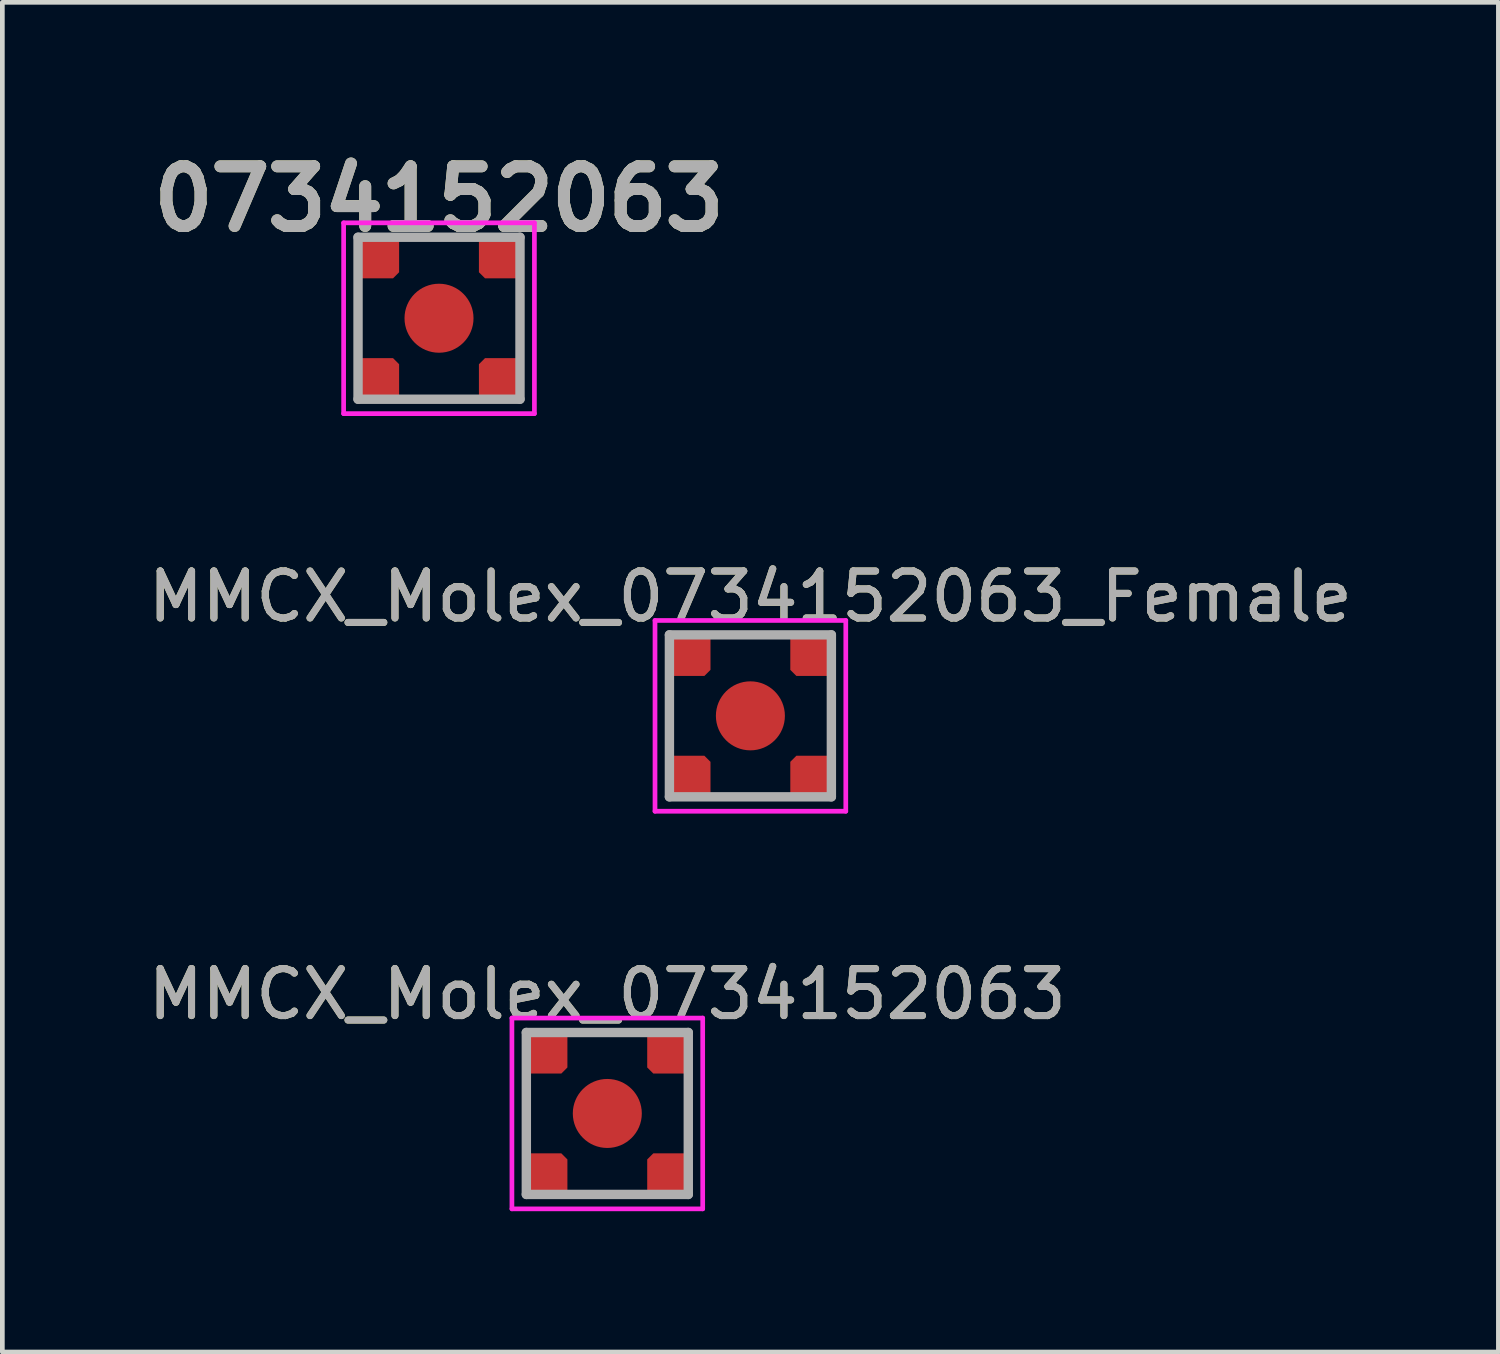
<source format=kicad_pcb>
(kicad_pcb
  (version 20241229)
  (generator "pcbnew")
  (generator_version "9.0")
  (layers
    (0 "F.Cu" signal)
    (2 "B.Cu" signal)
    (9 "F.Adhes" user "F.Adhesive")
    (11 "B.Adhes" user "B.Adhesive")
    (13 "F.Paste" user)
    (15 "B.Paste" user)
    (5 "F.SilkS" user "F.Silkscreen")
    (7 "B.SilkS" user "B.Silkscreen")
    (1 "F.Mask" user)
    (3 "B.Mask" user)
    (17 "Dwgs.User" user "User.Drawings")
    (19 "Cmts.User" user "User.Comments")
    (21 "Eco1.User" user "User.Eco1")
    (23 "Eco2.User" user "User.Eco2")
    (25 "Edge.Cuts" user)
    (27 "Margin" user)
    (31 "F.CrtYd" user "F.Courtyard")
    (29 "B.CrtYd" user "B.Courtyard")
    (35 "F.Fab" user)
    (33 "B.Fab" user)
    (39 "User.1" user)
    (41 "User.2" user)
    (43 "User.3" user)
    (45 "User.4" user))
  (footprint "0734152063"
    (layer "F.Cu")
    (at 6.302 3.729)
    (property "Reference" "0734152063" (at 0 -2.54 0) (layer "F.SilkS") (effects (font (size 1.27 1.27) (thickness 0.254))))
    (attr smd)
    (fp_circle (center 0 0) (end 0.445 0) (stroke (width 0) (type solid)) (fill yes) (layer "F.Mask"))
    (fp_line (start -1.725 -0.5) (end -1.725 0.5) (stroke (width 0.1) (type solid)) (layer "F.SilkS"))
    (fp_line (start -0.5 -1.725) (end 0.5 -1.725) (stroke (width 0.1) (type solid)) (layer "F.SilkS"))
    (fp_line (start 1.725 -0.5) (end 1.725 0.5) (stroke (width 0.1) (type solid)) (layer "F.SilkS"))
    (fp_circle (center 0 0) (end 0.445 0) (stroke (width 0) (type solid)) (fill yes) (layer "F.Paste"))
    (fp_line (start -2.032 -2.032) (end 2.032 -2.032) (stroke (width 0.1) (type solid)) (layer "F.CrtYd"))
    (fp_line (start -2.032 2.032) (end -2.032 -2.032) (stroke (width 0.1) (type solid)) (layer "F.CrtYd"))
    (fp_line (start 2.032 -2.032) (end 2.032 2.032) (stroke (width 0.1) (type solid)) (layer "F.CrtYd"))
    (fp_line (start 2.032 2.032) (end -2.032 2.032) (stroke (width 0.1) (type solid)) (layer "F.CrtYd"))
    (fp_line (start -1.725 -1.725) (end 1.725 -1.725) (stroke (width 0.2) (type solid)) (layer "F.Fab"))
    (fp_line (start -1.725 1.725) (end -1.725 -1.725) (stroke (width 0.2) (type solid)) (layer "F.Fab"))
    (fp_line (start 1.725 -1.725) (end 1.725 1.725) (stroke (width 0.2) (type solid)) (layer "F.Fab"))
    (fp_line (start 1.725 1.725) (end -1.725 1.725) (stroke (width 0.2) (type solid)) (layer "F.Fab"))
    (fp_text user "${REFERENCE}" (at 0 -2.54 0) (layer "F.Fab") (effects (font (size 1.27 1.27) (thickness 0.254))))
    (pad "1" smd circle (at 0 0 90) (size 1.47 1.47) (layers "F.Cu"))
    (pad "2" smd roundrect (at -1.32 -1.32 90) (size 0.94 0.94) (layers "F.Cu" "F.Mask" "F.Paste") (roundrect_rratio 0) (chamfer_ratio 0.138) (chamfer bottom_left))
    (pad "2" smd roundrect (at -1.32 1.32 90) (size 0.94 0.94) (layers "F.Cu" "F.Mask" "F.Paste") (roundrect_rratio 0) (chamfer_ratio 0.138) (chamfer bottom_right))
    (pad "2" smd roundrect (at 1.32 -1.32 90) (size 0.94 0.94) (layers "F.Cu" "F.Mask" "F.Paste") (roundrect_rratio 0) (chamfer_ratio 0.138) (chamfer top_left))
    (pad "2" smd roundrect (at 1.32 1.32 90) (size 0.94 0.94) (layers "F.Cu" "F.Mask" "F.Paste") (roundrect_rratio 0) (chamfer_ratio 0.138) (chamfer top_right))
    (zone (net_name "") (layers "F.Cu" "Dwgs.User") (hatch edge 0.508) (connect_pads) (min_thickness 0.254) (filled_areas_thickness no) (keepout (tracks allowed) (vias allowed) (pads allowed) (copperpour not_allowed) (footprints allowed)) (placement (enabled no)) (fill) (polygon (pts (xy 7.602 3.729) (xy 7.582 3.503) (xy 7.523 3.284) (xy 7.427 3.079) (xy 7.297 2.893) (xy 7.137 2.733) (xy 6.952 2.603) (xy 6.746 2.507) (xy 6.527 2.449) (xy 6.302 2.429) (xy 6.076 2.449) (xy 5.857 2.507) (xy 5.652 2.603) (xy 5.466 2.733) (xy 5.306 2.893) (xy 5.176 3.079) (xy 5.08 3.284) (xy 5.021 3.503) (xy 5.002 3.729) (xy 5.021 3.954) (xy 5.08 4.173) (xy 5.176 4.379) (xy 5.306 4.564) (xy 5.466 4.725) (xy 5.652 4.855) (xy 5.857 4.95) (xy 6.076 5.009) (xy 6.302 5.029) (xy 6.527 5.009) (xy 6.746 4.95) (xy 6.952 4.855) (xy 7.137 4.725) (xy 7.297 4.564) (xy 7.427 4.379) (xy 7.523 4.173) (xy 7.582 3.954)))))
  (footprint "MMCX_Molex_0734152063_Female"
    (layer "F.Cu")
    (at 12.935 12.199)
    (property "Reference" "MMCX_Molex_0734152063_Female" (at 0 -2.54 0) (layer "F.SilkS") (effects (font (size 1 1) (thickness 0.15))))
    (attr smd)
    (fp_circle (center 0 0) (end 0.445 0) (stroke (width 0) (type solid)) (fill yes) (layer "F.Mask"))
    (fp_line (start -1.725 -0.5) (end -1.725 0.5) (stroke (width 0.1) (type solid)) (layer "F.SilkS"))
    (fp_line (start -0.5 -1.725) (end 0.5 -1.725) (stroke (width 0.1) (type solid)) (layer "F.SilkS"))
    (fp_line (start 1.725 -0.5) (end 1.725 0.5) (stroke (width 0.1) (type solid)) (layer "F.SilkS"))
    (fp_circle (center 0 0) (end 0.445 0) (stroke (width 0) (type solid)) (fill yes) (layer "F.Paste"))
    (fp_line (start -2.032 -2.032) (end 2.032 -2.032) (stroke (width 0.1) (type solid)) (layer "F.CrtYd"))
    (fp_line (start -2.032 2.032) (end -2.032 -2.032) (stroke (width 0.1) (type solid)) (layer "F.CrtYd"))
    (fp_line (start 2.032 -2.032) (end 2.032 2.032) (stroke (width 0.1) (type solid)) (layer "F.CrtYd"))
    (fp_line (start 2.032 2.032) (end -2.032 2.032) (stroke (width 0.1) (type solid)) (layer "F.CrtYd"))
    (fp_line (start -1.725 -1.725) (end 1.725 -1.725) (stroke (width 0.2) (type solid)) (layer "F.Fab"))
    (fp_line (start -1.725 1.725) (end -1.725 -1.725) (stroke (width 0.2) (type solid)) (layer "F.Fab"))
    (fp_line (start 1.725 -1.725) (end 1.725 1.725) (stroke (width 0.2) (type solid)) (layer "F.Fab"))
    (fp_line (start 1.725 1.725) (end -1.725 1.725) (stroke (width 0.2) (type solid)) (layer "F.Fab"))
    (fp_text user "${REFERENCE}" (at 0 -2.54 0) (layer "F.Fab") (effects (font (size 1 1) (thickness 0.15))))
    (pad "1" smd circle (at 0 0 90) (size 1.47 1.47) (layers "F.Cu"))
    (pad "2" smd roundrect (at -1.32 -1.32 90) (size 0.94 0.94) (layers "F.Cu" "F.Mask" "F.Paste") (roundrect_rratio 0) (chamfer_ratio 0.138) (chamfer bottom_left))
    (pad "2" smd roundrect (at -1.32 1.32 90) (size 0.94 0.94) (layers "F.Cu" "F.Mask" "F.Paste") (roundrect_rratio 0) (chamfer_ratio 0.138) (chamfer bottom_right))
    (pad "2" smd roundrect (at 1.32 -1.32 90) (size 0.94 0.94) (layers "F.Cu" "F.Mask" "F.Paste") (roundrect_rratio 0) (chamfer_ratio 0.138) (chamfer top_left))
    (pad "2" smd roundrect (at 1.32 1.32 90) (size 0.94 0.94) (layers "F.Cu" "F.Mask" "F.Paste") (roundrect_rratio 0) (chamfer_ratio 0.138) (chamfer top_right))
    (zone (net_name "") (layers "F.Cu" "Dwgs.User") (hatch edge 0.508) (connect_pads) (min_thickness 0.254) (filled_areas_thickness no) (keepout (tracks allowed) (vias allowed) (pads allowed) (copperpour not_allowed) (footprints allowed)) (placement (enabled no)) (fill) (polygon (pts (xy 14.234 12.199) (xy 14.215 11.973) (xy 14.156 11.754) (xy 14.06 11.549) (xy 13.93 11.363) (xy 13.77 11.203) (xy 13.584 11.073) (xy 13.379 10.977) (xy 13.16 10.919) (xy 12.935 10.899) (xy 12.709 10.919) (xy 12.49 10.977) (xy 12.285 11.073) (xy 12.099 11.203) (xy 11.939 11.363) (xy 11.809 11.549) (xy 11.713 11.754) (xy 11.654 11.973) (xy 11.635 12.199) (xy 11.654 12.425) (xy 11.713 12.644) (xy 11.809 12.849) (xy 11.939 13.035) (xy 12.099 13.195) (xy 12.285 13.325) (xy 12.49 13.421) (xy 12.709 13.479) (xy 12.935 13.499) (xy 13.16 13.479) (xy 13.379 13.421) (xy 13.584 13.325) (xy 13.77 13.195) (xy 13.93 13.035) (xy 14.06 12.849) (xy 14.156 12.644) (xy 14.215 12.425)))))
  (footprint "MMCX_Molex_0734152063"
    (layer "F.Cu")
    (at 9.887 20.669)
    (property "Reference" "MMCX_Molex_0734152063" (at 0 -2.54 0) (layer "F.SilkS") (effects (font (size 1 1) (thickness 0.15))))
    (attr smd)
    (fp_circle (center 0 0) (end 0.445 0) (stroke (width 0) (type solid)) (fill yes) (layer "F.Mask"))
    (fp_line (start -1.725 -0.5) (end -1.725 0.5) (stroke (width 0.1) (type solid)) (layer "F.SilkS"))
    (fp_line (start -0.5 -1.725) (end 0.5 -1.725) (stroke (width 0.1) (type solid)) (layer "F.SilkS"))
    (fp_line (start 1.725 -0.5) (end 1.725 0.5) (stroke (width 0.1) (type solid)) (layer "F.SilkS"))
    (fp_circle (center 0 0) (end 0.445 0) (stroke (width 0) (type solid)) (fill yes) (layer "F.Paste"))
    (fp_line (start -2.032 -2.032) (end 2.032 -2.032) (stroke (width 0.1) (type solid)) (layer "F.CrtYd"))
    (fp_line (start -2.032 2.032) (end -2.032 -2.032) (stroke (width 0.1) (type solid)) (layer "F.CrtYd"))
    (fp_line (start 2.032 -2.032) (end 2.032 2.032) (stroke (width 0.1) (type solid)) (layer "F.CrtYd"))
    (fp_line (start 2.032 2.032) (end -2.032 2.032) (stroke (width 0.1) (type solid)) (layer "F.CrtYd"))
    (fp_line (start -1.725 -1.725) (end 1.725 -1.725) (stroke (width 0.2) (type solid)) (layer "F.Fab"))
    (fp_line (start -1.725 1.725) (end -1.725 -1.725) (stroke (width 0.2) (type solid)) (layer "F.Fab"))
    (fp_line (start 1.725 -1.725) (end 1.725 1.725) (stroke (width 0.2) (type solid)) (layer "F.Fab"))
    (fp_line (start 1.725 1.725) (end -1.725 1.725) (stroke (width 0.2) (type solid)) (layer "F.Fab"))
    (fp_text user "${REFERENCE}" (at 0 -2.54 0) (layer "F.Fab") (effects (font (size 1 1) (thickness 0.15))))
    (pad "1" smd circle (at 0 0 90) (size 1.47 1.47) (layers "F.Cu"))
    (pad "2" smd roundrect (at -1.32 -1.32 90) (size 0.94 0.94) (layers "F.Cu" "F.Mask" "F.Paste") (roundrect_rratio 0) (chamfer_ratio 0.138) (chamfer bottom_left))
    (pad "2" smd roundrect (at -1.32 1.32 90) (size 0.94 0.94) (layers "F.Cu" "F.Mask" "F.Paste") (roundrect_rratio 0) (chamfer_ratio 0.138) (chamfer bottom_right))
    (pad "2" smd roundrect (at 1.32 -1.32 90) (size 0.94 0.94) (layers "F.Cu" "F.Mask" "F.Paste") (roundrect_rratio 0) (chamfer_ratio 0.138) (chamfer top_left))
    (pad "2" smd roundrect (at 1.32 1.32 90) (size 0.94 0.94) (layers "F.Cu" "F.Mask" "F.Paste") (roundrect_rratio 0) (chamfer_ratio 0.138) (chamfer top_right))
    (zone (net_name "") (layers "F.Cu" "Dwgs.User") (hatch edge 0.508) (connect_pads) (min_thickness 0.254) (filled_areas_thickness no) (keepout (tracks allowed) (vias allowed) (pads allowed) (copperpour not_allowed) (footprints allowed)) (placement (enabled no)) (fill) (polygon (pts (xy 11.187 20.669) (xy 11.167 20.443) (xy 11.108 20.225) (xy 11.013 20.019) (xy 10.883 19.834) (xy 10.722 19.673) (xy 10.537 19.543) (xy 10.332 19.448) (xy 10.113 19.389) (xy 9.887 19.369) (xy 9.661 19.389) (xy 9.442 19.448) (xy 9.237 19.543) (xy 9.051 19.673) (xy 8.891 19.834) (xy 8.761 20.019) (xy 8.665 20.225) (xy 8.607 20.443) (xy 8.587 20.669) (xy 8.607 20.895) (xy 8.665 21.114) (xy 8.761 21.319) (xy 8.891 21.505) (xy 9.051 21.665) (xy 9.237 21.795) (xy 9.442 21.891) (xy 9.661 21.949) (xy 9.887 21.969) (xy 10.113 21.949) (xy 10.332 21.891) (xy 10.537 21.795) (xy 10.722 21.665) (xy 10.883 21.505) (xy 11.013 21.319) (xy 11.108 21.114) (xy 11.167 20.895)))))
  (gr_rect
    (start -3 -3)
    (end 28.869 25.751)
    (stroke (width 0.1) (type default))
    (fill no)
    (layer "Edge.Cuts")))
</source>
